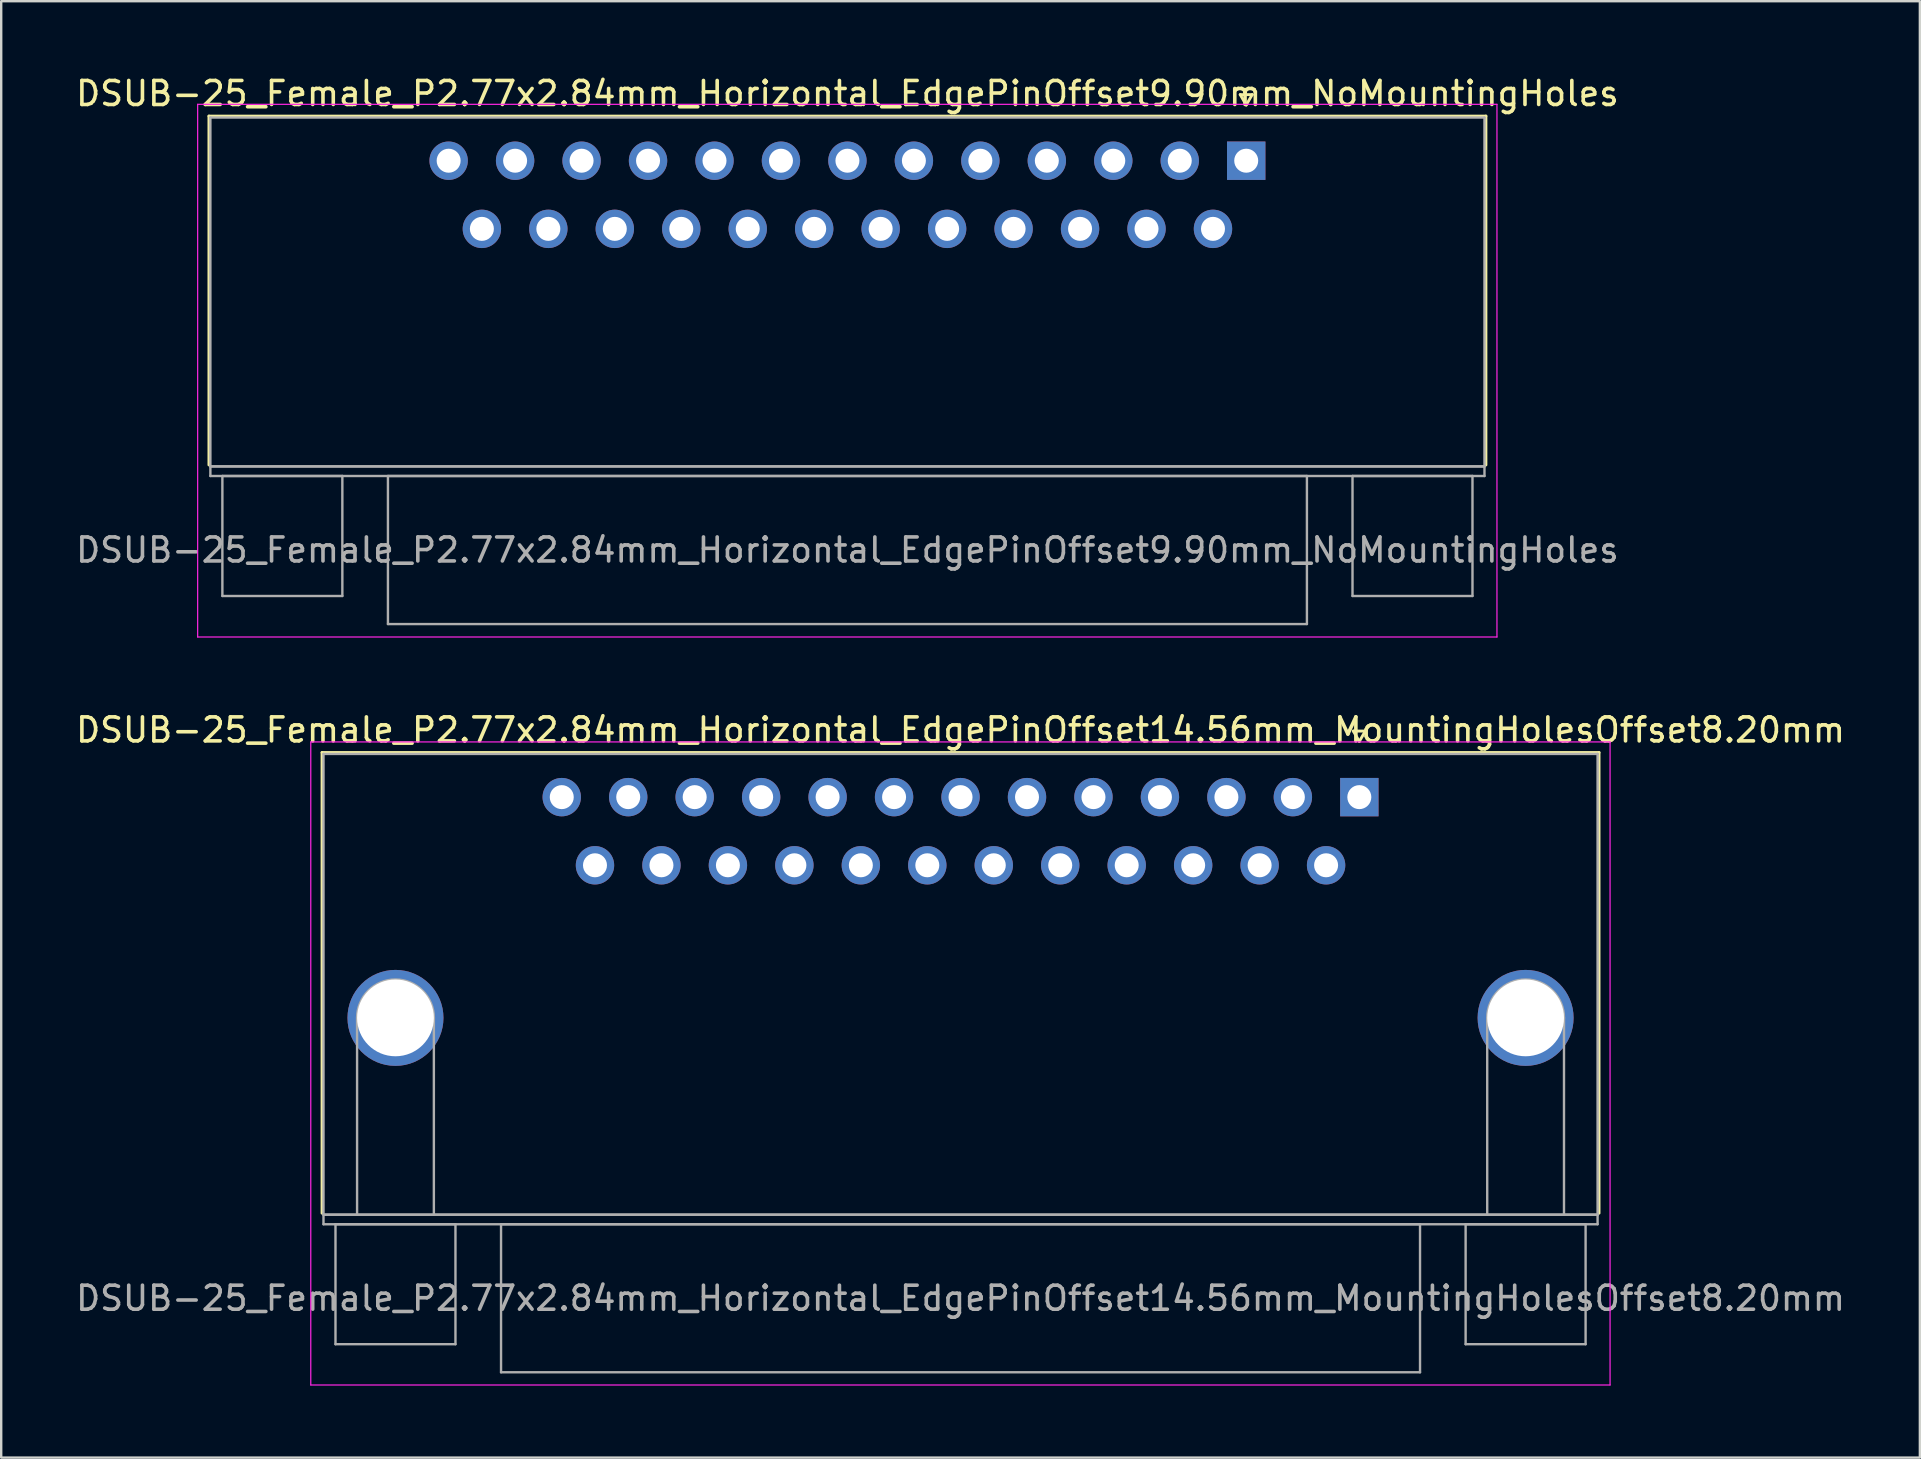
<source format=kicad_pcb>
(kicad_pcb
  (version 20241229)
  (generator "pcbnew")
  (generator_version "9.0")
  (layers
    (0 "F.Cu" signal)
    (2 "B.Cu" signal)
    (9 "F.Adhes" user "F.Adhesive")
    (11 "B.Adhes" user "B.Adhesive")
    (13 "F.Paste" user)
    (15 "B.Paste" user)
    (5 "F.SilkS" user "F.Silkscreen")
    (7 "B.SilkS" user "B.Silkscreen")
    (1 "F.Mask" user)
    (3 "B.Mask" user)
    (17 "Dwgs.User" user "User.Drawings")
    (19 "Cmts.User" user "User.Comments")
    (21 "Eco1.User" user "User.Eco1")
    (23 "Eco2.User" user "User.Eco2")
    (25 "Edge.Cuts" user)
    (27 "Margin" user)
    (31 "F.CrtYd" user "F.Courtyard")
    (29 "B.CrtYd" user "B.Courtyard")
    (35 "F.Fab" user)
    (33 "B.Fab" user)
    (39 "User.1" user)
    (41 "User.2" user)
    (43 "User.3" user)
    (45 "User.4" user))
  (footprint "DSUB-25_Female_P2.77x2.84mm_Horizontal_EdgePinOffset14.56mm_MountingHolesOffset8.20mm"
    (layer "F.Cu")
    (at 53.602 30.172)
    (property "Reference" "DSUB-25_Female_P2.77x2.84mm_Horizontal_EdgePinOffset14.56mm_MountingHolesOffset8.20mm" (at -16.62 -2.8 0) (layer "F.SilkS") (effects (font (size 1 1) (thickness 0.15))))
    (attr through_hole)
    (fp_line (start -43.23 -1.86) (end 9.99 -1.86) (stroke (width 0.12) (type solid)) (layer "F.SilkS"))
    (fp_line (start -43.23 17.34) (end -43.23 -1.86) (stroke (width 0.12) (type solid)) (layer "F.SilkS"))
    (fp_line (start -0.25 -2.754) (end 0.25 -2.754) (stroke (width 0.12) (type solid)) (layer "F.SilkS"))
    (fp_line (start 0 -2.321) (end -0.25 -2.754) (stroke (width 0.12) (type solid)) (layer "F.SilkS"))
    (fp_line (start 0.25 -2.754) (end 0 -2.321) (stroke (width 0.12) (type solid)) (layer "F.SilkS"))
    (fp_line (start 9.99 -1.86) (end 9.99 17.34) (stroke (width 0.12) (type solid)) (layer "F.SilkS"))
    (fp_line (start -43.7 -2.3) (end -43.7 24.5) (stroke (width 0.05) (type solid)) (layer "F.CrtYd"))
    (fp_line (start -43.7 24.5) (end 10.45 24.5) (stroke (width 0.05) (type solid)) (layer "F.CrtYd"))
    (fp_line (start 10.45 -2.3) (end -43.7 -2.3) (stroke (width 0.05) (type solid)) (layer "F.CrtYd"))
    (fp_line (start 10.45 24.5) (end 10.45 -2.3) (stroke (width 0.05) (type solid)) (layer "F.CrtYd"))
    (fp_line (start -43.17 -1.8) (end -43.17 17.4) (stroke (width 0.1) (type solid)) (layer "F.Fab"))
    (fp_line (start -43.17 17.4) (end -43.17 17.8) (stroke (width 0.1) (type solid)) (layer "F.Fab"))
    (fp_line (start -43.17 17.4) (end 9.93 17.4) (stroke (width 0.1) (type solid)) (layer "F.Fab"))
    (fp_line (start -43.17 17.8) (end 9.93 17.8) (stroke (width 0.1) (type solid)) (layer "F.Fab"))
    (fp_line (start -42.67 17.8) (end -42.67 22.8) (stroke (width 0.1) (type solid)) (layer "F.Fab"))
    (fp_line (start -42.67 22.8) (end -37.67 22.8) (stroke (width 0.1) (type solid)) (layer "F.Fab"))
    (fp_line (start -41.77 17.4) (end -41.77 9.2) (stroke (width 0.1) (type solid)) (layer "F.Fab"))
    (fp_line (start -38.57 17.4) (end -38.57 9.2) (stroke (width 0.1) (type solid)) (layer "F.Fab"))
    (fp_line (start -37.67 17.8) (end -42.67 17.8) (stroke (width 0.1) (type solid)) (layer "F.Fab"))
    (fp_line (start -37.67 22.8) (end -37.67 17.8) (stroke (width 0.1) (type solid)) (layer "F.Fab"))
    (fp_line (start -35.77 17.8) (end -35.77 23.97) (stroke (width 0.1) (type solid)) (layer "F.Fab"))
    (fp_line (start -35.77 23.97) (end 2.53 23.97) (stroke (width 0.1) (type solid)) (layer "F.Fab"))
    (fp_line (start 2.53 17.8) (end -35.77 17.8) (stroke (width 0.1) (type solid)) (layer "F.Fab"))
    (fp_line (start 2.53 23.97) (end 2.53 17.8) (stroke (width 0.1) (type solid)) (layer "F.Fab"))
    (fp_line (start 4.43 17.8) (end 4.43 22.8) (stroke (width 0.1) (type solid)) (layer "F.Fab"))
    (fp_line (start 4.43 22.8) (end 9.43 22.8) (stroke (width 0.1) (type solid)) (layer "F.Fab"))
    (fp_line (start 5.33 17.4) (end 5.33 9.2) (stroke (width 0.1) (type solid)) (layer "F.Fab"))
    (fp_line (start 8.53 17.4) (end 8.53 9.2) (stroke (width 0.1) (type solid)) (layer "F.Fab"))
    (fp_line (start 9.43 17.8) (end 4.43 17.8) (stroke (width 0.1) (type solid)) (layer "F.Fab"))
    (fp_line (start 9.43 22.8) (end 9.43 17.8) (stroke (width 0.1) (type solid)) (layer "F.Fab"))
    (fp_line (start 9.93 -1.8) (end -43.17 -1.8) (stroke (width 0.1) (type solid)) (layer "F.Fab"))
    (fp_line (start 9.93 17.4) (end -43.17 17.4) (stroke (width 0.1) (type solid)) (layer "F.Fab"))
    (fp_line (start 9.93 17.4) (end 9.93 -1.8) (stroke (width 0.1) (type solid)) (layer "F.Fab"))
    (fp_line (start 9.93 17.8) (end 9.93 17.4) (stroke (width 0.1) (type solid)) (layer "F.Fab"))
    (fp_arc (start -41.77 9.2) (mid -40.17 7.6) (end -38.57 9.2) (stroke (width 0.1) (type solid)) (layer "F.Fab"))
    (fp_arc (start 5.33 9.2) (mid 6.93 7.6) (end 8.53 9.2) (stroke (width 0.1) (type solid)) (layer "F.Fab"))
    (fp_text user "${REFERENCE}" (at -16.62 20.885 0) (layer "F.Fab") (effects (font (size 1 1) (thickness 0.15))))
    (pad "0" thru_hole circle (at -40.17 9.2) (size 4 4) (drill 3.2) (layers "*.Cu" "*.Mask"))
    (pad "0" thru_hole circle (at 6.93 9.2) (size 4 4) (drill 3.2) (layers "*.Cu" "*.Mask"))
    (pad "1" thru_hole rect (at 0 0) (size 1.6 1.6) (drill 1) (layers "*.Cu" "*.Mask"))
    (pad "2" thru_hole circle (at -2.77 0) (size 1.6 1.6) (drill 1) (layers "*.Cu" "*.Mask"))
    (pad "3" thru_hole circle (at -5.54 0) (size 1.6 1.6) (drill 1) (layers "*.Cu" "*.Mask"))
    (pad "4" thru_hole circle (at -8.31 0) (size 1.6 1.6) (drill 1) (layers "*.Cu" "*.Mask"))
    (pad "5" thru_hole circle (at -11.08 0) (size 1.6 1.6) (drill 1) (layers "*.Cu" "*.Mask"))
    (pad "6" thru_hole circle (at -13.85 0) (size 1.6 1.6) (drill 1) (layers "*.Cu" "*.Mask"))
    (pad "7" thru_hole circle (at -16.62 0) (size 1.6 1.6) (drill 1) (layers "*.Cu" "*.Mask"))
    (pad "8" thru_hole circle (at -19.39 0) (size 1.6 1.6) (drill 1) (layers "*.Cu" "*.Mask"))
    (pad "9" thru_hole circle (at -22.16 0) (size 1.6 1.6) (drill 1) (layers "*.Cu" "*.Mask"))
    (pad "10" thru_hole circle (at -24.93 0) (size 1.6 1.6) (drill 1) (layers "*.Cu" "*.Mask"))
    (pad "11" thru_hole circle (at -27.7 0) (size 1.6 1.6) (drill 1) (layers "*.Cu" "*.Mask"))
    (pad "12" thru_hole circle (at -30.47 0) (size 1.6 1.6) (drill 1) (layers "*.Cu" "*.Mask"))
    (pad "13" thru_hole circle (at -33.24 0) (size 1.6 1.6) (drill 1) (layers "*.Cu" "*.Mask"))
    (pad "14" thru_hole circle (at -1.385 2.84) (size 1.6 1.6) (drill 1) (layers "*.Cu" "*.Mask"))
    (pad "15" thru_hole circle (at -4.155 2.84) (size 1.6 1.6) (drill 1) (layers "*.Cu" "*.Mask"))
    (pad "16" thru_hole circle (at -6.925 2.84) (size 1.6 1.6) (drill 1) (layers "*.Cu" "*.Mask"))
    (pad "17" thru_hole circle (at -9.695 2.84) (size 1.6 1.6) (drill 1) (layers "*.Cu" "*.Mask"))
    (pad "18" thru_hole circle (at -12.465 2.84) (size 1.6 1.6) (drill 1) (layers "*.Cu" "*.Mask"))
    (pad "19" thru_hole circle (at -15.235 2.84) (size 1.6 1.6) (drill 1) (layers "*.Cu" "*.Mask"))
    (pad "20" thru_hole circle (at -18.005 2.84) (size 1.6 1.6) (drill 1) (layers "*.Cu" "*.Mask"))
    (pad "21" thru_hole circle (at -20.775 2.84) (size 1.6 1.6) (drill 1) (layers "*.Cu" "*.Mask"))
    (pad "22" thru_hole circle (at -23.545 2.84) (size 1.6 1.6) (drill 1) (layers "*.Cu" "*.Mask"))
    (pad "23" thru_hole circle (at -26.315 2.84) (size 1.6 1.6) (drill 1) (layers "*.Cu" "*.Mask"))
    (pad "24" thru_hole circle (at -29.085 2.84) (size 1.6 1.6) (drill 1) (layers "*.Cu" "*.Mask"))
    (pad "25" thru_hole circle (at -31.855 2.84) (size 1.6 1.6) (drill 1) (layers "*.Cu" "*.Mask")))
  (footprint "DSUB-25_Female_P2.77x2.84mm_Horizontal_EdgePinOffset9.90mm_NoMountingHoles"
    (layer "F.Cu")
    (at 48.888 3.648)
    (property "Reference" "DSUB-25_Female_P2.77x2.84mm_Horizontal_EdgePinOffset9.90mm_NoMountingHoles" (at -16.62 -2.8 0) (layer "F.SilkS") (effects (font (size 1 1) (thickness 0.15))))
    (attr through_hole)
    (fp_line (start -43.23 -1.86) (end 9.99 -1.86) (stroke (width 0.12) (type solid)) (layer "F.SilkS"))
    (fp_line (start -43.23 12.68) (end -43.23 -1.86) (stroke (width 0.12) (type solid)) (layer "F.SilkS"))
    (fp_line (start -0.25 -2.754) (end 0.25 -2.754) (stroke (width 0.12) (type solid)) (layer "F.SilkS"))
    (fp_line (start 0 -2.321) (end -0.25 -2.754) (stroke (width 0.12) (type solid)) (layer "F.SilkS"))
    (fp_line (start 0.25 -2.754) (end 0 -2.321) (stroke (width 0.12) (type solid)) (layer "F.SilkS"))
    (fp_line (start 9.99 -1.86) (end 9.99 12.68) (stroke (width 0.12) (type solid)) (layer "F.SilkS"))
    (fp_line (start -43.7 -2.35) (end -43.7 19.85) (stroke (width 0.05) (type solid)) (layer "F.CrtYd"))
    (fp_line (start -43.7 19.85) (end 10.45 19.85) (stroke (width 0.05) (type solid)) (layer "F.CrtYd"))
    (fp_line (start 10.45 -2.35) (end -43.7 -2.35) (stroke (width 0.05) (type solid)) (layer "F.CrtYd"))
    (fp_line (start 10.45 19.85) (end 10.45 -2.35) (stroke (width 0.05) (type solid)) (layer "F.CrtYd"))
    (fp_line (start -43.17 -1.8) (end -43.17 12.74) (stroke (width 0.1) (type solid)) (layer "F.Fab"))
    (fp_line (start -43.17 12.74) (end -43.17 13.14) (stroke (width 0.1) (type solid)) (layer "F.Fab"))
    (fp_line (start -43.17 12.74) (end 9.93 12.74) (stroke (width 0.1) (type solid)) (layer "F.Fab"))
    (fp_line (start -43.17 13.14) (end 9.93 13.14) (stroke (width 0.1) (type solid)) (layer "F.Fab"))
    (fp_line (start -42.67 13.14) (end -42.67 18.14) (stroke (width 0.1) (type solid)) (layer "F.Fab"))
    (fp_line (start -42.67 18.14) (end -37.67 18.14) (stroke (width 0.1) (type solid)) (layer "F.Fab"))
    (fp_line (start -37.67 13.14) (end -42.67 13.14) (stroke (width 0.1) (type solid)) (layer "F.Fab"))
    (fp_line (start -37.67 18.14) (end -37.67 13.14) (stroke (width 0.1) (type solid)) (layer "F.Fab"))
    (fp_line (start -35.77 13.14) (end -35.77 19.31) (stroke (width 0.1) (type solid)) (layer "F.Fab"))
    (fp_line (start -35.77 19.31) (end 2.53 19.31) (stroke (width 0.1) (type solid)) (layer "F.Fab"))
    (fp_line (start 2.53 13.14) (end -35.77 13.14) (stroke (width 0.1) (type solid)) (layer "F.Fab"))
    (fp_line (start 2.53 19.31) (end 2.53 13.14) (stroke (width 0.1) (type solid)) (layer "F.Fab"))
    (fp_line (start 4.43 13.14) (end 4.43 18.14) (stroke (width 0.1) (type solid)) (layer "F.Fab"))
    (fp_line (start 4.43 18.14) (end 9.43 18.14) (stroke (width 0.1) (type solid)) (layer "F.Fab"))
    (fp_line (start 9.43 13.14) (end 4.43 13.14) (stroke (width 0.1) (type solid)) (layer "F.Fab"))
    (fp_line (start 9.43 18.14) (end 9.43 13.14) (stroke (width 0.1) (type solid)) (layer "F.Fab"))
    (fp_line (start 9.93 -1.8) (end -43.17 -1.8) (stroke (width 0.1) (type solid)) (layer "F.Fab"))
    (fp_line (start 9.93 12.74) (end -43.17 12.74) (stroke (width 0.1) (type solid)) (layer "F.Fab"))
    (fp_line (start 9.93 12.74) (end 9.93 -1.8) (stroke (width 0.1) (type solid)) (layer "F.Fab"))
    (fp_line (start 9.93 13.14) (end 9.93 12.74) (stroke (width 0.1) (type solid)) (layer "F.Fab"))
    (fp_text user "${REFERENCE}" (at -16.62 16.225 0) (layer "F.Fab") (effects (font (size 1 1) (thickness 0.15))))
    (pad "1" thru_hole rect (at 0 0) (size 1.6 1.6) (drill 1) (layers "*.Cu" "*.Mask"))
    (pad "2" thru_hole circle (at -2.77 0) (size 1.6 1.6) (drill 1) (layers "*.Cu" "*.Mask"))
    (pad "3" thru_hole circle (at -5.54 0) (size 1.6 1.6) (drill 1) (layers "*.Cu" "*.Mask"))
    (pad "4" thru_hole circle (at -8.31 0) (size 1.6 1.6) (drill 1) (layers "*.Cu" "*.Mask"))
    (pad "5" thru_hole circle (at -11.08 0) (size 1.6 1.6) (drill 1) (layers "*.Cu" "*.Mask"))
    (pad "6" thru_hole circle (at -13.85 0) (size 1.6 1.6) (drill 1) (layers "*.Cu" "*.Mask"))
    (pad "7" thru_hole circle (at -16.62 0) (size 1.6 1.6) (drill 1) (layers "*.Cu" "*.Mask"))
    (pad "8" thru_hole circle (at -19.39 0) (size 1.6 1.6) (drill 1) (layers "*.Cu" "*.Mask"))
    (pad "9" thru_hole circle (at -22.16 0) (size 1.6 1.6) (drill 1) (layers "*.Cu" "*.Mask"))
    (pad "10" thru_hole circle (at -24.93 0) (size 1.6 1.6) (drill 1) (layers "*.Cu" "*.Mask"))
    (pad "11" thru_hole circle (at -27.7 0) (size 1.6 1.6) (drill 1) (layers "*.Cu" "*.Mask"))
    (pad "12" thru_hole circle (at -30.47 0) (size 1.6 1.6) (drill 1) (layers "*.Cu" "*.Mask"))
    (pad "13" thru_hole circle (at -33.24 0) (size 1.6 1.6) (drill 1) (layers "*.Cu" "*.Mask"))
    (pad "14" thru_hole circle (at -1.385 2.84) (size 1.6 1.6) (drill 1) (layers "*.Cu" "*.Mask"))
    (pad "15" thru_hole circle (at -4.155 2.84) (size 1.6 1.6) (drill 1) (layers "*.Cu" "*.Mask"))
    (pad "16" thru_hole circle (at -6.925 2.84) (size 1.6 1.6) (drill 1) (layers "*.Cu" "*.Mask"))
    (pad "17" thru_hole circle (at -9.695 2.84) (size 1.6 1.6) (drill 1) (layers "*.Cu" "*.Mask"))
    (pad "18" thru_hole circle (at -12.465 2.84) (size 1.6 1.6) (drill 1) (layers "*.Cu" "*.Mask"))
    (pad "19" thru_hole circle (at -15.235 2.84) (size 1.6 1.6) (drill 1) (layers "*.Cu" "*.Mask"))
    (pad "20" thru_hole circle (at -18.005 2.84) (size 1.6 1.6) (drill 1) (layers "*.Cu" "*.Mask"))
    (pad "21" thru_hole circle (at -20.775 2.84) (size 1.6 1.6) (drill 1) (layers "*.Cu" "*.Mask"))
    (pad "22" thru_hole circle (at -23.545 2.84) (size 1.6 1.6) (drill 1) (layers "*.Cu" "*.Mask"))
    (pad "23" thru_hole circle (at -26.315 2.84) (size 1.6 1.6) (drill 1) (layers "*.Cu" "*.Mask"))
    (pad "24" thru_hole circle (at -29.085 2.84) (size 1.6 1.6) (drill 1) (layers "*.Cu" "*.Mask"))
    (pad "25" thru_hole circle (at -31.855 2.84) (size 1.6 1.6) (drill 1) (layers "*.Cu" "*.Mask")))
  (gr_rect
    (start -3 -3)
    (end 76.964 57.697)
    (stroke (width 0.1) (type default))
    (fill no)
    (layer "Edge.Cuts")))
</source>
